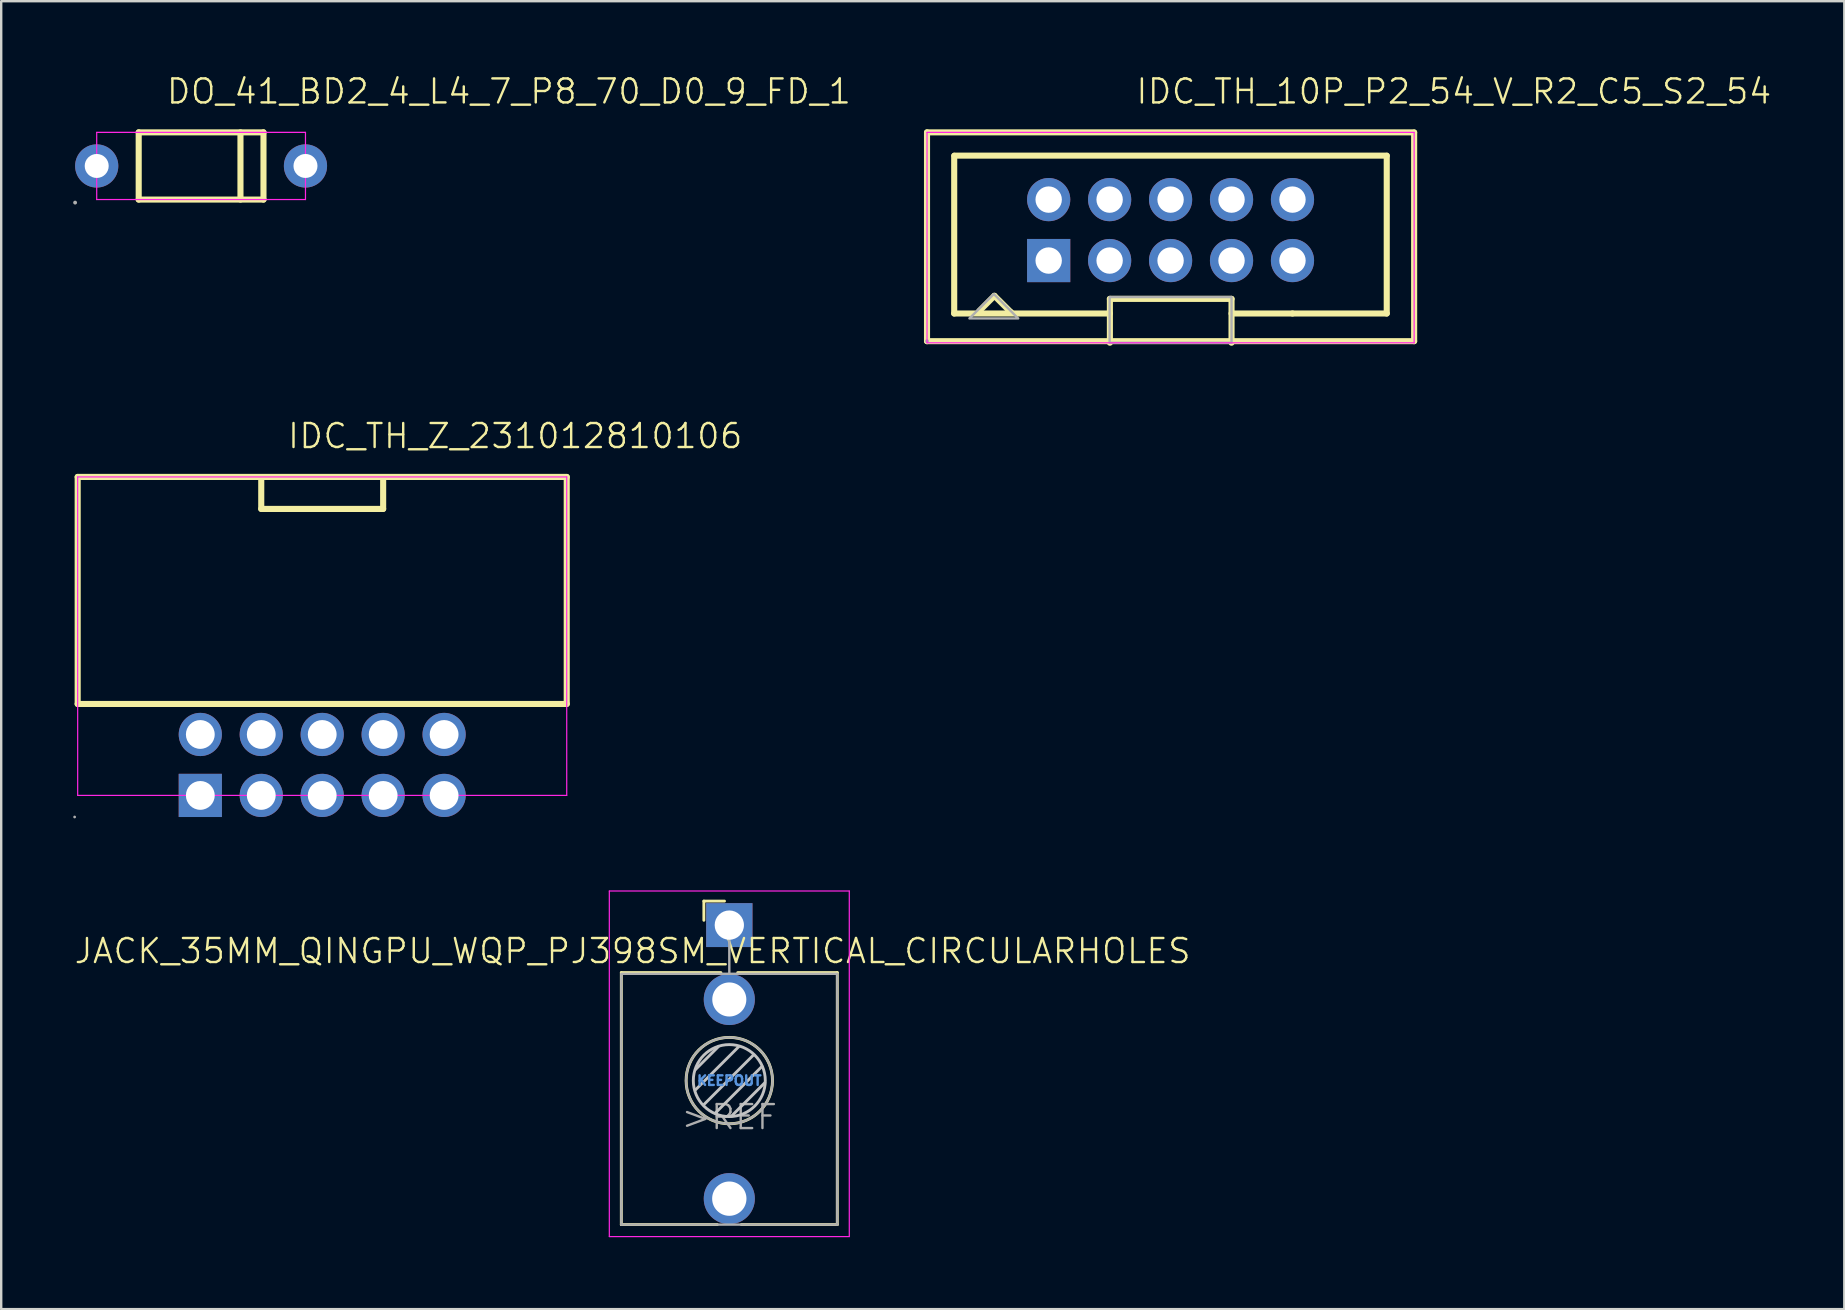
<source format=kicad_pcb>
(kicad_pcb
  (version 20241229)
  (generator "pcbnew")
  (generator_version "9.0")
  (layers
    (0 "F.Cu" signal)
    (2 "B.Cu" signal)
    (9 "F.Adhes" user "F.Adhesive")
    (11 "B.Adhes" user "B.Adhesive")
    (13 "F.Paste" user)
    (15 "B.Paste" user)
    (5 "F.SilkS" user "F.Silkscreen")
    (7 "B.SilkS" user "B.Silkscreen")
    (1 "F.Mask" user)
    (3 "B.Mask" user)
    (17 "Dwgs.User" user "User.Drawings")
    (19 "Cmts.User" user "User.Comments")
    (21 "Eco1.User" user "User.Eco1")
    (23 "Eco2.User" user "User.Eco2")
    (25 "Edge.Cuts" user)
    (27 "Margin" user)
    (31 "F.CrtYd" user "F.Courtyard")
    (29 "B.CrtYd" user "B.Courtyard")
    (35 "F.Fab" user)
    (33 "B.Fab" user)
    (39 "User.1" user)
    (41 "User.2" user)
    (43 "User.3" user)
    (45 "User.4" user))
  (footprint "JACK_35MM_QINGPU_WQP_PJ398SM_VERTICAL_CIRCULARHOLES"
    (layer "F.Cu")
    (at 27.342 35.501)
    (property "Reference" "JACK_35MM_QINGPU_WQP_PJ398SM_VERTICAL_CIRCULARHOLES" (at -4.03 1.08 0) (layer "F.SilkS") (effects (font (size 1 1) (thickness 0.1))))
    (fp_line (start -4.5 1.98) (end -4.5 12.48) (stroke (width 0.12) (type solid)) (layer "F.SilkS"))
    (fp_line (start -1.06 -1) (end -1.06 -0.2) (stroke (width 0.12) (type solid)) (layer "F.SilkS"))
    (fp_line (start -1.06 -1) (end -0.2 -1) (stroke (width 0.12) (type solid)) (layer "F.SilkS"))
    (fp_line (start -0.5 12.48) (end -4.5 12.48) (stroke (width 0.12) (type solid)) (layer "F.SilkS"))
    (fp_line (start -0.35 1.98) (end -4.5 1.98) (stroke (width 0.12) (type solid)) (layer "F.SilkS"))
    (fp_line (start 4.5 1.98) (end 0.35 1.98) (stroke (width 0.12) (type solid)) (layer "F.SilkS"))
    (fp_line (start 4.5 1.98) (end 4.5 12.48) (stroke (width 0.12) (type solid)) (layer "F.SilkS"))
    (fp_line (start 4.5 12.48) (end 0.5 12.48) (stroke (width 0.12) (type solid)) (layer "F.SilkS"))
    (fp_arc (start 1.8 6.48) (mid -1.8 6.48) (end 1.8 6.48) (stroke (width 0.12) (type solid)) (layer "F.SilkS"))
    (fp_line (start -1.42 6.875) (end 0.4 5.06) (stroke (width 0.12) (type solid)) (layer "Dwgs.User"))
    (fp_line (start -1.41 6.02) (end -0.46 5.07) (stroke (width 0.12) (type solid)) (layer "Dwgs.User"))
    (fp_line (start -1.07 7.49) (end 1.01 5.41) (stroke (width 0.12) (type solid)) (layer "Dwgs.User"))
    (fp_line (start -0.58 7.83) (end 1.36 5.89) (stroke (width 0.12) (type solid)) (layer "Dwgs.User"))
    (fp_line (start 0.09 7.96) (end 1.48 6.57) (stroke (width 0.12) (type solid)) (layer "Dwgs.User"))
    (fp_arc (start 1.5 6.48) (mid -1.5 6.48) (end 1.5 6.48) (stroke (width 0.12) (type solid)) (layer "Dwgs.User"))
    (fp_line (start -5 -1.42) (end 5 -1.42) (stroke (width 0.05) (type solid)) (layer "F.CrtYd"))
    (fp_line (start -5 12.98) (end -5 -1.42) (stroke (width 0.05) (type solid)) (layer "F.CrtYd"))
    (fp_line (start 5 -1.42) (end 5 12.98) (stroke (width 0.05) (type solid)) (layer "F.CrtYd"))
    (fp_line (start 5 12.98) (end -5 12.98) (stroke (width 0.05) (type solid)) (layer "F.CrtYd"))
    (fp_line (start -4.5 12.48) (end -4.5 2.08) (stroke (width 0.1) (type solid)) (layer "F.Fab"))
    (fp_line (start 0 0) (end 0 2.03) (stroke (width 0.1) (type solid)) (layer "F.Fab"))
    (fp_line (start 4.5 2.03) (end -4.5 2.03) (stroke (width 0.1) (type solid)) (layer "F.Fab"))
    (fp_line (start 4.5 12.48) (end -4.5 12.48) (stroke (width 0.1) (type solid)) (layer "F.Fab"))
    (fp_line (start 4.5 12.48) (end 4.5 2.08) (stroke (width 0.1) (type solid)) (layer "F.Fab"))
    (fp_arc (start 1.8 6.48) (mid -1.8 6.48) (end 1.8 6.48) (stroke (width 0.1) (type solid)) (layer "F.Fab"))
    (fp_text user "KEEPOUT" (at 0 6.48 0) (layer "Cmts.User") (effects (font (size 0.4 0.4) (thickness 0.1))))
    (fp_text user ">REF" (at 0 8 0) (layer "F.Fab") (effects (font (size 1 1) (thickness 0.1))))
    (pad "S" thru_hole rect (at 0 0 180) (size 1.93 1.83) (drill 1.22) (layers "*.Cu" "*.Mask"))
    (pad "T" thru_hole circle (at 0 11.4 180) (size 2.13 2.13) (drill 1.43) (layers "*.Cu" "*.Mask"))
    (pad "TN" thru_hole circle (at 0 3.1 180) (size 2.13 2.13) (drill 1.42) (layers "*.Cu" "*.Mask")))
  (footprint "IDC_TH_10P_P2_54_V_R2_C5_S2_54"
    (layer "F.Cu")
    (at 45.731 6.851)
    (property "Reference" "IDC_TH_10P_P2_54_V_R2_C5_S2_54" (at -1.5 -6.09 0) (layer "F.SilkS") (effects (font (size 1 1) (thickness 0.1)) (justify left)))
    (fp_line (start -10.15 -4.385) (end -10.15 4.316) (stroke (width 0.254) (type solid)) (layer "F.SilkS"))
    (fp_line (start -10.15 4.316) (end 10.15 4.316) (stroke (width 0.254) (type solid)) (layer "F.SilkS"))
    (fp_line (start -9.017 3.163) (end -9.017 -3.408) (stroke (width 0.254) (type solid)) (layer "F.SilkS"))
    (fp_line (start -9.017 3.163) (end -2.529 3.163) (stroke (width 0.254) (type solid)) (layer "F.SilkS"))
    (fp_line (start -9.008 -3.416) (end 9.008 -3.416) (stroke (width 0.254) (type solid)) (layer "F.SilkS"))
    (fp_line (start -7.976 3.062) (end -7.341 2.426) (stroke (width 0.254) (type solid)) (layer "F.SilkS"))
    (fp_line (start -7.341 2.426) (end -6.655 3.111) (stroke (width 0.254) (type solid)) (layer "F.SilkS"))
    (fp_line (start -6.655 3.111) (end -6.655 3.138) (stroke (width 0.254) (type solid)) (layer "F.SilkS"))
    (fp_line (start -2.529 2.554) (end 2.54 2.554) (stroke (width 0.254) (type solid)) (layer "F.SilkS"))
    (fp_line (start -2.529 4.381) (end -2.529 2.554) (stroke (width 0.254) (type solid)) (layer "F.SilkS"))
    (fp_line (start 2.54 2.554) (end 2.54 4.381) (stroke (width 0.254) (type solid)) (layer "F.SilkS"))
    (fp_line (start 5.08 3.163) (end 2.54 3.163) (stroke (width 0.254) (type solid)) (layer "F.SilkS"))
    (fp_line (start 9.008 -3.408) (end 9.008 3.163) (stroke (width 0.254) (type solid)) (layer "F.SilkS"))
    (fp_line (start 9.008 3.163) (end 5.08 3.163) (stroke (width 0.254) (type solid)) (layer "F.SilkS"))
    (fp_line (start 10.15 -4.385) (end -10.15 -4.385) (stroke (width 0.254) (type solid)) (layer "F.SilkS"))
    (fp_line (start 10.15 4.316) (end 10.15 -4.375) (stroke (width 0.254) (type solid)) (layer "F.SilkS"))
    (fp_line (start -10.15 -4.385) (end -10.15 4.385) (stroke (width 0.05) (type solid)) (layer "F.CrtYd"))
    (fp_line (start -10.15 4.385) (end 10.15 4.385) (stroke (width 0.05) (type solid)) (layer "F.CrtYd"))
    (fp_line (start 10.15 -4.385) (end -10.15 -4.385) (stroke (width 0.05) (type solid)) (layer "F.CrtYd"))
    (fp_line (start 10.15 4.385) (end 10.15 -4.385) (stroke (width 0.05) (type solid)) (layer "F.CrtYd"))
    (fp_poly (pts (xy -8.382 3.369) (xy -7.366 2.353) (xy -6.35 3.369) (xy -8.382 3.369)) (stroke (width 0.1) (type solid)) (fill no) (layer "F.Fab"))
    (fp_poly (pts (xy -2.54 4.385) (xy -2.54 2.479) (xy 2.54 2.479) (xy 2.54 4.385)) (stroke (width 0.1) (type solid)) (fill no) (layer "F.Fab"))
    (fp_poly (pts (xy -10.12 4.316) (xy -10.121 4.31) (xy -10.122 4.304) (xy -10.125 4.299) (xy -10.129 4.294) (xy -10.133 4.291) (xy -10.139 4.288) (xy -10.144 4.286) (xy -10.15 4.285) (xy -10.156 4.286) (xy -10.161 4.288) (xy -10.167 4.291) (xy -10.171 4.294) (xy -10.175 4.299) (xy -10.178 4.304) (xy -10.179 4.31) (xy -10.18 4.316) (xy -10.179 4.321) (xy -10.178 4.327) (xy -10.175 4.332) (xy -10.171 4.337) (xy -10.167 4.34) (xy -10.161 4.343) (xy -10.156 4.345) (xy -10.15 4.346) (xy -10.144 4.345) (xy -10.139 4.343) (xy -10.133 4.34) (xy -10.129 4.337) (xy -10.125 4.332) (xy -10.122 4.327) (xy -10.121 4.321)) (stroke (width 0.1) (type solid)) (fill no) (layer "F.Fab"))
    (pad "1" thru_hole rect (at -5.08 0.957) (size 1.8 1.8) (drill 1.1) (layers "*.Cu" "*.Mask"))
    (pad "2" thru_hole circle (at -5.08 -1.583) (size 1.8 1.8) (drill 1.1) (layers "*.Cu" "*.Mask"))
    (pad "3" thru_hole circle (at -2.54 0.957) (size 1.8 1.8) (drill 1.1) (layers "*.Cu" "*.Mask"))
    (pad "4" thru_hole circle (at -2.54 -1.583) (size 1.8 1.8) (drill 1.1) (layers "*.Cu" "*.Mask"))
    (pad "5" thru_hole circle (at 0 0.957) (size 1.8 1.8) (drill 1.1) (layers "*.Cu" "*.Mask"))
    (pad "6" thru_hole circle (at 0 -1.583) (size 1.8 1.8) (drill 1.1) (layers "*.Cu" "*.Mask"))
    (pad "7" thru_hole circle (at 2.54 0.957) (size 1.8 1.8) (drill 1.1) (layers "*.Cu" "*.Mask"))
    (pad "8" thru_hole circle (at 2.54 -1.583) (size 1.8 1.8) (drill 1.1) (layers "*.Cu" "*.Mask"))
    (pad "9" thru_hole circle (at 5.08 0.957) (size 1.8 1.8) (drill 1.1) (layers "*.Cu" "*.Mask"))
    (pad "10" thru_hole circle (at 5.08 -1.583) (size 1.8 1.8) (drill 1.1) (layers "*.Cu" "*.Mask")))
  (footprint "DO_41_BD2_4_L4_7_P8_70_D0_9_FD_1"
    (layer "F.Cu")
    (at 5.33 3.866)
    (property "Reference" "DO_41_BD2_4_L4_7_P8_70_D0_9_FD_1" (at -1.5 -3.106 0) (layer "F.SilkS") (effects (font (size 1 1) (thickness 0.1)) (justify left)))
    (fp_line (start -2.6 1.4) (end -2.6 -1.4) (stroke (width 0.254) (type solid)) (layer "F.SilkS"))
    (fp_line (start 1.641 1.4) (end 1.641 -1.4) (stroke (width 0.254) (type solid)) (layer "F.SilkS"))
    (fp_line (start 2.6 -1.4) (end -2.6 -1.4) (stroke (width 0.254) (type solid)) (layer "F.SilkS"))
    (fp_line (start 2.6 1.4) (end -2.6 1.4) (stroke (width 0.254) (type solid)) (layer "F.SilkS"))
    (fp_line (start 2.6 1.4) (end 2.6 -1.4) (stroke (width 0.254) (type solid)) (layer "F.SilkS"))
    (fp_line (start -4.35 -1.4) (end -4.35 1.4) (stroke (width 0.05) (type solid)) (layer "F.CrtYd"))
    (fp_line (start -4.35 1.4) (end 4.35 1.4) (stroke (width 0.05) (type solid)) (layer "F.CrtYd"))
    (fp_line (start 4.35 -1.4) (end -4.35 -1.4) (stroke (width 0.05) (type solid)) (layer "F.CrtYd"))
    (fp_line (start 4.35 1.4) (end 4.35 -1.4) (stroke (width 0.05) (type solid)) (layer "F.CrtYd"))
    (fp_poly (pts (xy -5.22 1.527) (xy -5.221 1.521) (xy -5.222 1.516) (xy -5.225 1.51) (xy -5.229 1.506) (xy -5.233 1.502) (xy -5.239 1.499) (xy -5.244 1.498) (xy -5.25 1.497) (xy -5.256 1.498) (xy -5.261 1.499) (xy -5.267 1.502) (xy -5.271 1.506) (xy -5.275 1.51) (xy -5.278 1.516) (xy -5.279 1.521) (xy -5.28 1.527) (xy -5.279 1.533) (xy -5.278 1.538) (xy -5.275 1.544) (xy -5.271 1.548) (xy -5.267 1.552) (xy -5.261 1.555) (xy -5.256 1.556) (xy -5.25 1.557) (xy -5.244 1.556) (xy -5.239 1.555) (xy -5.233 1.552) (xy -5.229 1.548) (xy -5.225 1.544) (xy -5.222 1.538) (xy -5.221 1.533)) (stroke (width 0.1) (type solid)) (fill no) (layer "F.Fab"))
    (pad "1" thru_hole circle (at -4.35 0) (size 1.8 1.8) (drill 1) (layers "*.Cu" "*.Mask"))
    (pad "2" thru_hole circle (at 4.35 0) (size 1.8 1.8) (drill 1) (layers "*.Cu" "*.Mask")))
  (footprint "IDC_TH_Z_231012810106"
    (layer "F.Cu")
    (at 10.377 23.461)
    (property "Reference" "IDC_TH_Z_231012810106" (at -1.5 -8.341 0) (layer "F.SilkS") (effects (font (size 1 1) (thickness 0.1)) (justify left)))
    (fp_line (start -10.19 2.825) (end -10.19 -6.636) (stroke (width 0.254) (type solid)) (layer "F.SilkS"))
    (fp_line (start -10.19 2.825) (end 10.19 2.825) (stroke (width 0.254) (type solid)) (layer "F.SilkS"))
    (fp_line (start -2.54 -6.572) (end -2.54 -5.303) (stroke (width 0.254) (type solid)) (layer "F.SilkS"))
    (fp_line (start -2.54 -5.303) (end 2.54 -5.303) (stroke (width 0.254) (type solid)) (layer "F.SilkS"))
    (fp_line (start 2.54 -5.303) (end 2.54 -6.572) (stroke (width 0.254) (type solid)) (layer "F.SilkS"))
    (fp_line (start 10.19 -6.636) (end -10.19 -6.636) (stroke (width 0.254) (type solid)) (layer "F.SilkS"))
    (fp_line (start 10.19 -6.636) (end 10.19 2.825) (stroke (width 0.254) (type solid)) (layer "F.SilkS"))
    (fp_line (start -10.19 -6.636) (end -10.19 6.636) (stroke (width 0.05) (type solid)) (layer "F.CrtYd"))
    (fp_line (start -10.19 6.636) (end 10.19 6.636) (stroke (width 0.05) (type solid)) (layer "F.CrtYd"))
    (fp_line (start 10.19 -6.636) (end -10.19 -6.636) (stroke (width 0.05) (type solid)) (layer "F.CrtYd"))
    (fp_line (start 10.19 6.636) (end 10.19 -6.636) (stroke (width 0.05) (type solid)) (layer "F.CrtYd"))
    (fp_arc (start -10.287 7.5355) (mid -10.347 7.5355) (end -10.287 7.5355) (stroke (width 0.06) (type solid)) (layer "F.Fab"))
    (pad "1" thru_hole rect (at -5.08 6.636) (size 1.8 1.8) (drill 1.2) (layers "*.Cu" "*.Mask"))
    (pad "2" thru_hole circle (at -5.08 4.096) (size 1.8 1.8) (drill 1.2) (layers "*.Cu" "*.Mask"))
    (pad "3" thru_hole circle (at -2.54 6.636) (size 1.8 1.8) (drill 1.2) (layers "*.Cu" "*.Mask"))
    (pad "4" thru_hole circle (at -2.54 4.096) (size 1.8 1.8) (drill 1.2) (layers "*.Cu" "*.Mask"))
    (pad "5" thru_hole circle (at 0 6.636) (size 1.8 1.8) (drill 1.2) (layers "*.Cu" "*.Mask"))
    (pad "6" thru_hole circle (at 0 4.096) (size 1.8 1.8) (drill 1.2) (layers "*.Cu" "*.Mask"))
    (pad "7" thru_hole circle (at 2.54 6.636) (size 1.8 1.8) (drill 1.2) (layers "*.Cu" "*.Mask"))
    (pad "8" thru_hole circle (at 2.54 4.096) (size 1.8 1.8) (drill 1.2) (layers "*.Cu" "*.Mask"))
    (pad "9" thru_hole circle (at 5.08 6.636) (size 1.8 1.8) (drill 1.2) (layers "*.Cu" "*.Mask"))
    (pad "10" thru_hole circle (at 5.08 4.096) (size 1.8 1.8) (drill 1.2) (layers "*.Cu" "*.Mask")))
  (gr_rect
    (start -3 -3)
    (end 73.807 51.506)
    (stroke (width 0.1) (type default))
    (fill no)
    (layer "Edge.Cuts")))
</source>
